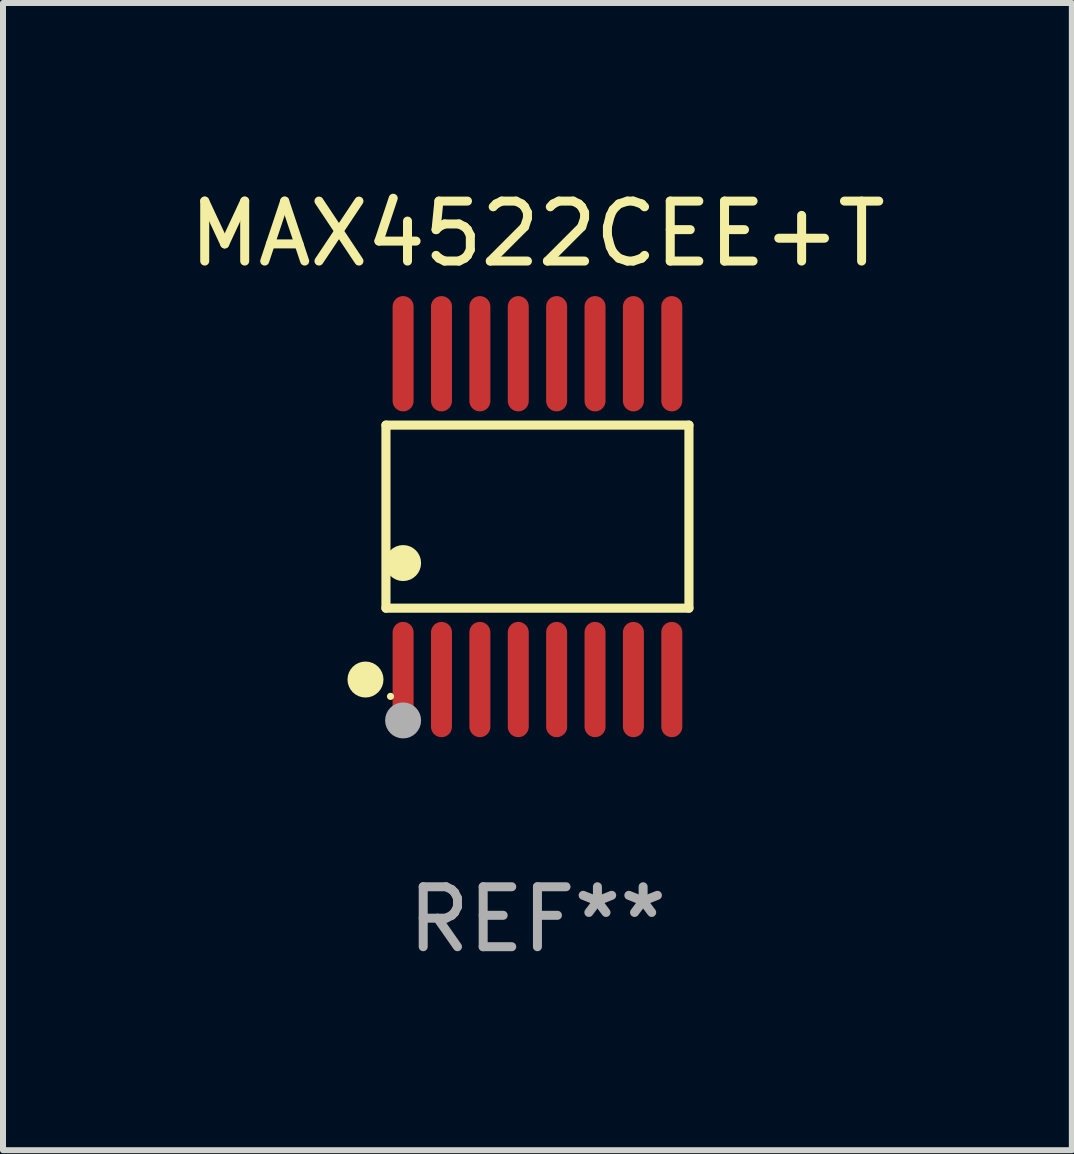
<source format=kicad_pcb>
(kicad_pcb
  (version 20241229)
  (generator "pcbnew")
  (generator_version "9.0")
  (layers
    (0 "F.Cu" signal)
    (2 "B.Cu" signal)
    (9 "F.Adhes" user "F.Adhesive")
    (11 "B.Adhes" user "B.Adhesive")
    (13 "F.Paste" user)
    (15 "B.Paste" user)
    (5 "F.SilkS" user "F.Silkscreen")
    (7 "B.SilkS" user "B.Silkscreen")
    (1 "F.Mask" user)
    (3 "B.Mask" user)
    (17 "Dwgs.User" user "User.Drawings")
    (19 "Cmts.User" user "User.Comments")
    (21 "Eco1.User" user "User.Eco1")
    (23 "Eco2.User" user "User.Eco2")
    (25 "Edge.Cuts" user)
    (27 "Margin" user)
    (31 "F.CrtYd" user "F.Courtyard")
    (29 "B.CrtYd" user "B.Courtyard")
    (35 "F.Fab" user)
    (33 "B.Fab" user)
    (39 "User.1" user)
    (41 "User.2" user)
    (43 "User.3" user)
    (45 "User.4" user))
  (footprint "MAX4522CEE+T"
    (layer "F.Cu")
    (at 5.911 5.564)
    (property "Reference" "MAX4522CEE+T" (at 0 -4.716 0) (layer "F.SilkS") (effects (font (size 1 1) (thickness 0.15))))
    (attr through_hole)
    (fp_line (start -2.526 -1.526) (end 2.526 -1.526) (stroke (width 0.152) (type solid)) (layer "F.SilkS"))
    (fp_line (start -2.526 1.526) (end -2.526 -1.526) (stroke (width 0.152) (type solid)) (layer "F.SilkS"))
    (fp_line (start 2.526 -1.526) (end 2.526 1.526) (stroke (width 0.152) (type solid)) (layer "F.SilkS"))
    (fp_line (start 2.526 1.526) (end -2.526 1.526) (stroke (width 0.152) (type solid)) (layer "F.SilkS"))
    (fp_circle (center -2.867 2.716) (end -2.717 2.716) (stroke (width 0.3) (type solid)) (fill no) (layer "F.SilkS"))
    (fp_circle (center -2.45 2.997) (end -2.42 2.997) (stroke (width 0.06) (type solid)) (fill no) (layer "F.SilkS"))
    (fp_circle (center -2.24 0.774) (end -2.09 0.774) (stroke (width 0.3) (type solid)) (fill no) (layer "F.SilkS"))
    (fp_circle (center -2.24 3.398) (end -2.09 3.398) (stroke (width 0.3) (type solid)) (fill no) (layer "F.Fab"))
    (fp_text user "REF**" (at 0 6.716 0) (layer "F.Fab") (effects (font (size 1 1) (thickness 0.15))))
    (pad "1" smd oval (at -2.24 2.716) (size 0.35 1.922) (layers "F.Cu" "F.Mask" "F.Paste"))
    (pad "2" smd oval (at -1.6 2.716) (size 0.35 1.922) (layers "F.Cu" "F.Mask" "F.Paste"))
    (pad "3" smd oval (at -0.96 2.716) (size 0.35 1.922) (layers "F.Cu" "F.Mask" "F.Paste"))
    (pad "4" smd oval (at -0.32 2.716) (size 0.35 1.922) (layers "F.Cu" "F.Mask" "F.Paste"))
    (pad "5" smd oval (at 0.32 2.716) (size 0.35 1.922) (layers "F.Cu" "F.Mask" "F.Paste"))
    (pad "6" smd oval (at 0.96 2.716) (size 0.35 1.922) (layers "F.Cu" "F.Mask" "F.Paste"))
    (pad "7" smd oval (at 1.6 2.716) (size 0.35 1.922) (layers "F.Cu" "F.Mask" "F.Paste"))
    (pad "8" smd oval (at 2.24 2.716) (size 0.35 1.922) (layers "F.Cu" "F.Mask" "F.Paste"))
    (pad "9" smd oval (at 2.24 -2.716) (size 0.35 1.922) (layers "F.Cu" "F.Mask" "F.Paste"))
    (pad "10" smd oval (at 1.6 -2.716) (size 0.35 1.922) (layers "F.Cu" "F.Mask" "F.Paste"))
    (pad "11" smd oval (at 0.96 -2.716) (size 0.35 1.922) (layers "F.Cu" "F.Mask" "F.Paste"))
    (pad "12" smd oval (at 0.32 -2.716) (size 0.35 1.922) (layers "F.Cu" "F.Mask" "F.Paste"))
    (pad "13" smd oval (at -0.32 -2.716) (size 0.35 1.922) (layers "F.Cu" "F.Mask" "F.Paste"))
    (pad "14" smd oval (at -0.96 -2.716) (size 0.35 1.922) (layers "F.Cu" "F.Mask" "F.Paste"))
    (pad "15" smd oval (at -1.6 -2.716) (size 0.35 1.922) (layers "F.Cu" "F.Mask" "F.Paste"))
    (pad "16" smd oval (at -2.24 -2.716) (size 0.35 1.922) (layers "F.Cu" "F.Mask" "F.Paste")))
  (gr_rect
    (start -3 -3)
    (end 14.821 16.128)
    (stroke (width 0.1) (type default))
    (fill no)
    (layer "Edge.Cuts")))
</source>
